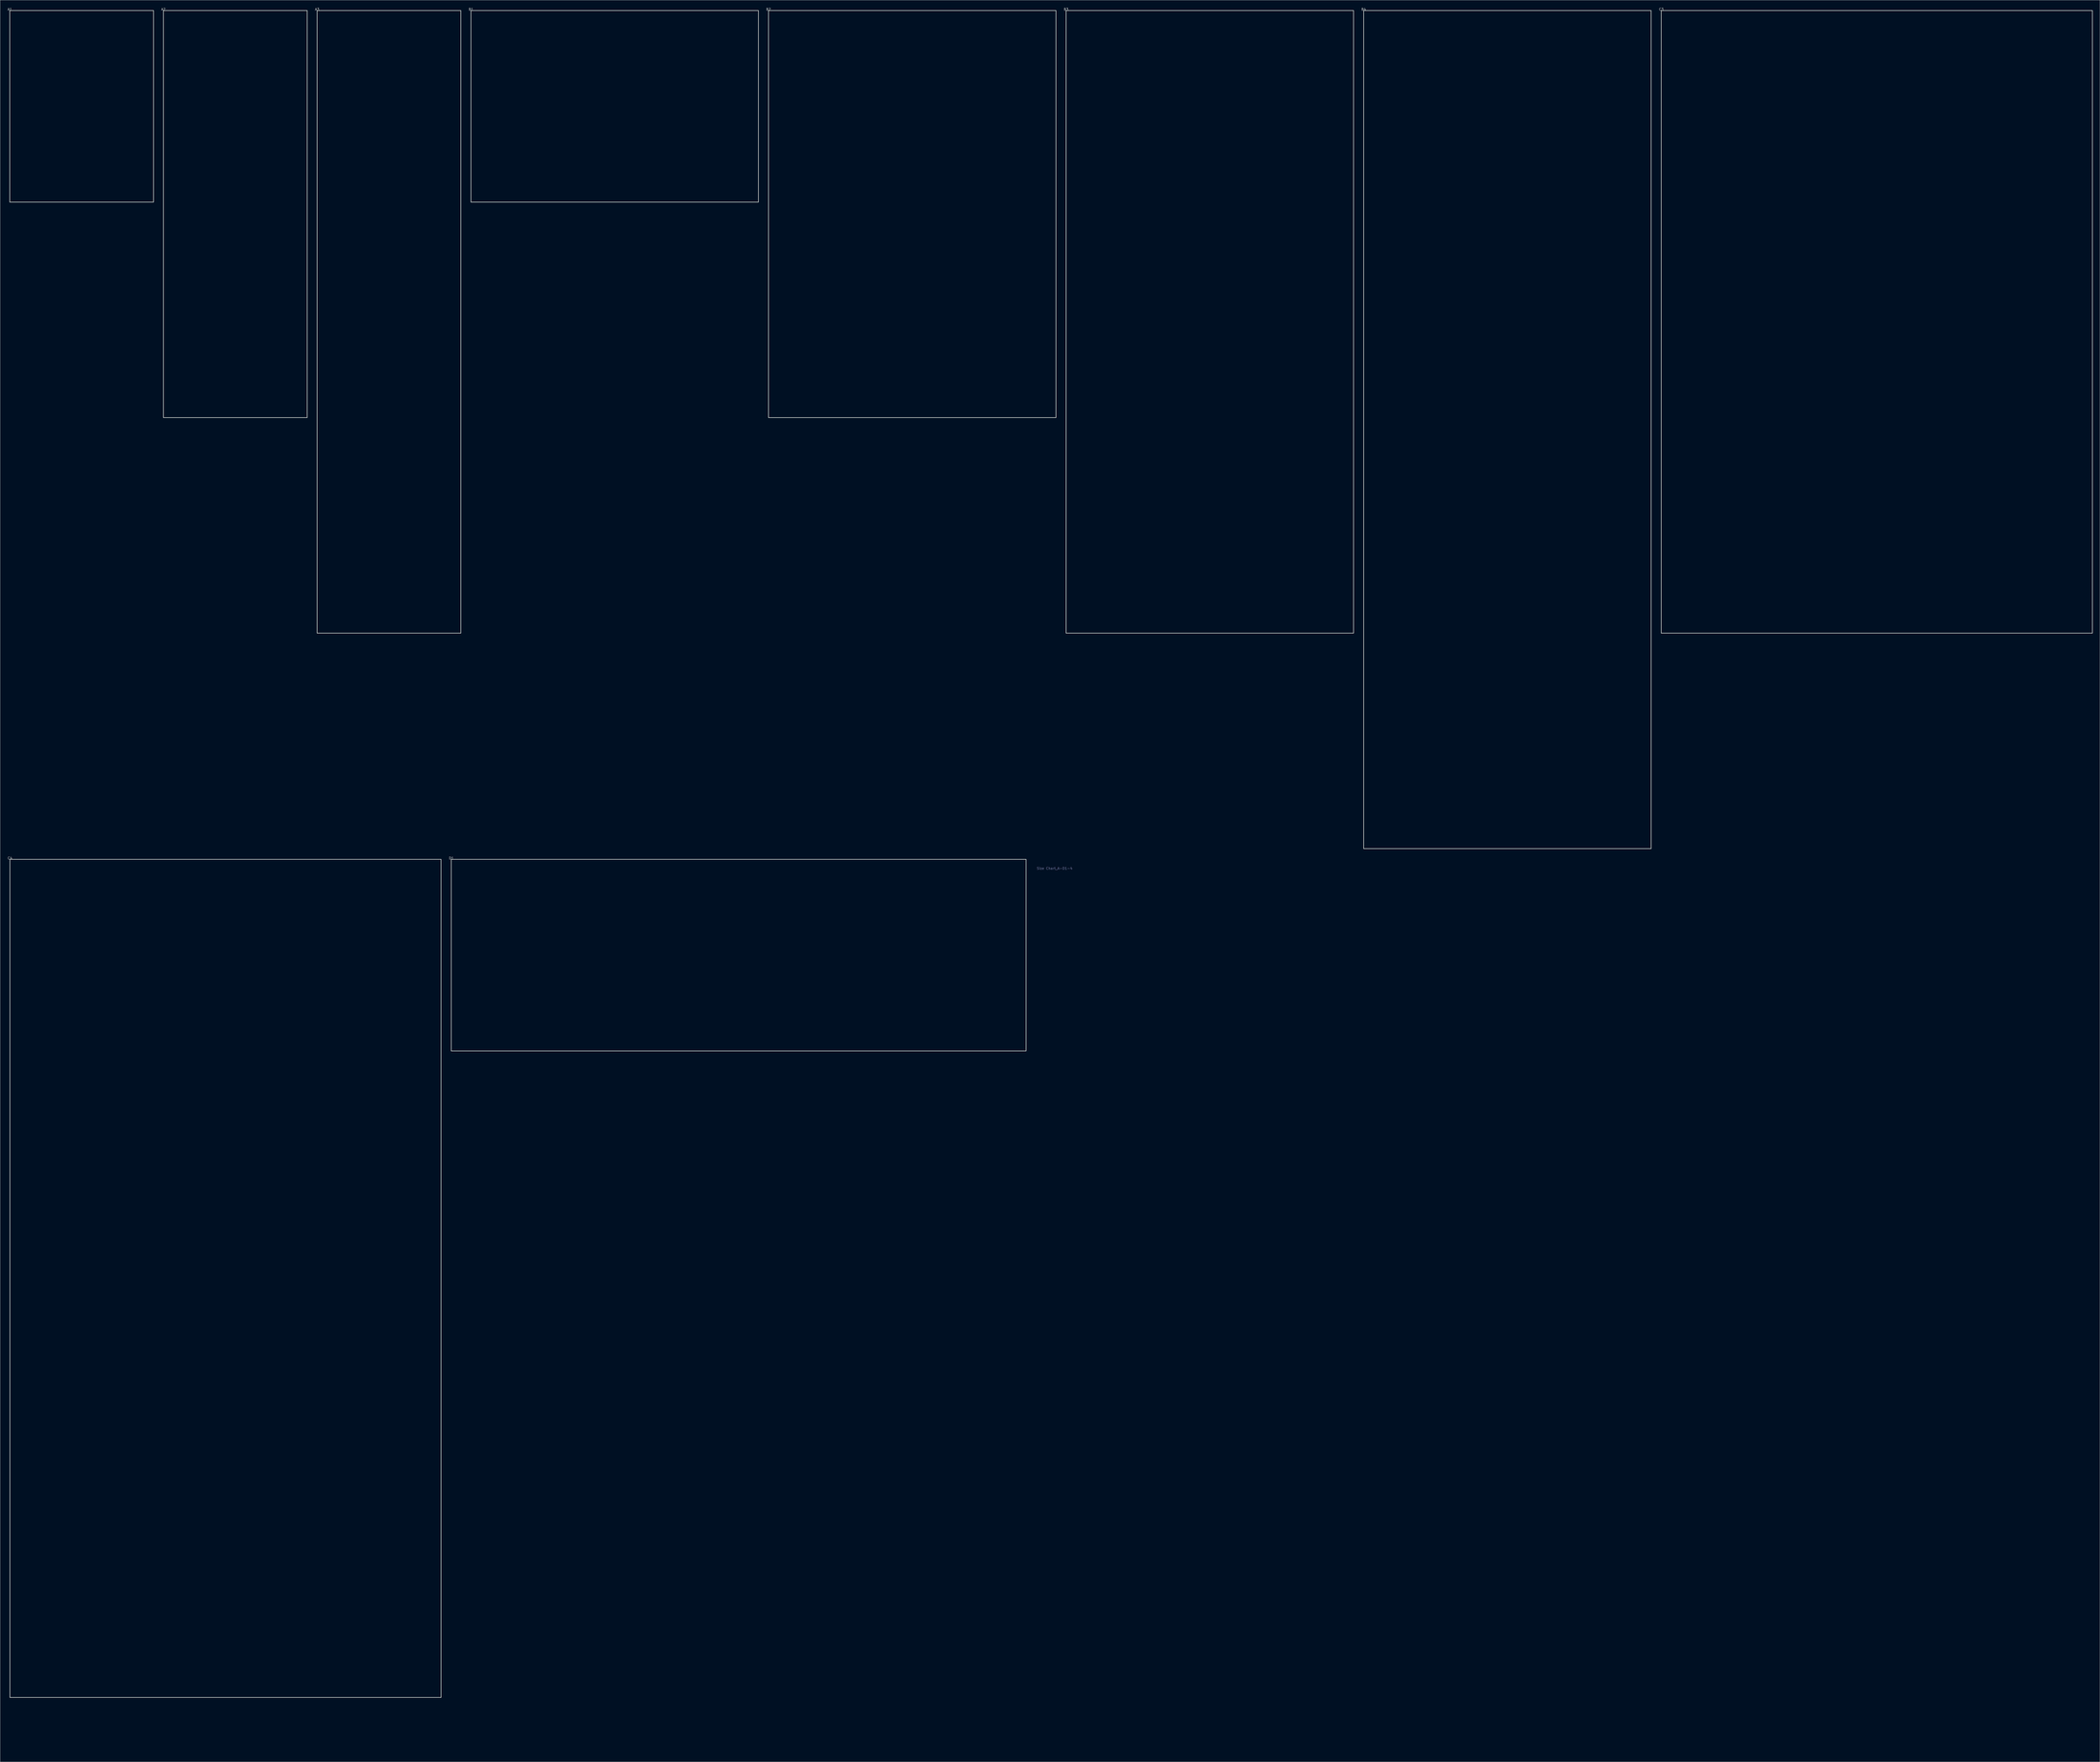
<source format=kicad_pcb>
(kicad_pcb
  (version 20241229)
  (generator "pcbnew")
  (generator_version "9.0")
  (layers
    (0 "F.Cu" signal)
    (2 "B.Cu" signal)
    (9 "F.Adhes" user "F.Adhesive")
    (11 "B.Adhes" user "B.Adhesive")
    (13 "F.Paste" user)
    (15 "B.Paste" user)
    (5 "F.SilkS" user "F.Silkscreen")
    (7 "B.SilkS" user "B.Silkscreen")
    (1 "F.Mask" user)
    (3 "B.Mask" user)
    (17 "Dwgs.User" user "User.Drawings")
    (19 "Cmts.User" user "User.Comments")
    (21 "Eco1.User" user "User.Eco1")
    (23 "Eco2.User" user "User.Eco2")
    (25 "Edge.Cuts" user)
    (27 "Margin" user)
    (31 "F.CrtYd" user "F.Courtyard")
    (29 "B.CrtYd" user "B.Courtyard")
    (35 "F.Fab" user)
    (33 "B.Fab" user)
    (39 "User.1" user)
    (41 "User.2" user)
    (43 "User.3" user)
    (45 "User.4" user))
  (footprint "B1"
    (layer "F.Cu")
    (at 193.571 1.348)
    (property "Reference" "B1" (at 0 -0.5 0) (unlocked yes) (layer "F.Fab") (effects (font (size 1 1) (thickness 0.15))))
    (attr exclude_from_pos_files exclude_from_bom)
    (fp_line (start 0 0) (end 120 0) (stroke (width 0.254) (type solid)) (layer "Edge.Cuts"))
    (fp_line (start 0 80) (end 0 0) (stroke (width 0.254) (type solid)) (layer "Edge.Cuts"))
    (fp_line (start 120 0) (end 120 80) (stroke (width 0.254) (type solid)) (layer "Edge.Cuts"))
    (fp_line (start 120 80) (end 0 80) (stroke (width 0.254) (type solid)) (layer "Edge.Cuts"))
    (fp_text user "${REFERENCE}" (at 0 -0.5 0) (unlocked yes) (layer "F.Fab") (effects (font (size 1 1) (thickness 0.15)))))
  (footprint "D1"
    (layer "F.Cu")
    (at 185.329 355.824)
    (property "Reference" "D1" (at 0 -0.5 0) (unlocked yes) (layer "F.Fab") (effects (font (size 1 1) (thickness 0.15))))
    (attr exclude_from_pos_files exclude_from_bom)
    (fp_line (start 0 0) (end 240 0) (stroke (width 0.254) (type solid)) (layer "Edge.Cuts"))
    (fp_line (start 0 80) (end 0 0) (stroke (width 0.254) (type solid)) (layer "Edge.Cuts"))
    (fp_line (start 0 80) (end 240 80) (stroke (width 0.254) (type solid)) (layer "Edge.Cuts"))
    (fp_line (start 240 0) (end 240 80) (stroke (width 0.254) (type solid)) (layer "Edge.Cuts"))
    (fp_text user "${REFERENCE}" (at 0 -0.5 0) (unlocked yes) (layer "F.Fab") (effects (font (size 1 1) (thickness 0.15)))))
  (footprint "C4"
    (layer "F.Cu")
    (at 1.101 355.824)
    (property "Reference" "C4" (at 0 -0.5 0) (unlocked yes) (layer "F.Fab") (effects (font (size 1 1) (thickness 0.15))))
    (attr exclude_from_pos_files exclude_from_bom)
    (fp_line (start 0 0) (end 180 0) (stroke (width 0.254) (type solid)) (layer "Edge.Cuts"))
    (fp_line (start 0 350) (end 0 0) (stroke (width 0.254) (type solid)) (layer "Edge.Cuts"))
    (fp_line (start 0 350) (end 180 350) (stroke (width 0.254) (type solid)) (layer "Edge.Cuts"))
    (fp_line (start 180 0) (end 180 350) (stroke (width 0.254) (type solid)) (layer "Edge.Cuts"))
    (fp_text user "${REFERENCE}" (at 0 -0.5 0) (unlocked yes) (layer "F.Fab") (effects (font (size 1 1) (thickness 0.15)))))
  (footprint "B3"
    (layer "F.Cu")
    (at 442.028 1.348)
    (property "Reference" "B3" (at 0 -0.5 0) (unlocked yes) (layer "F.Fab") (effects (font (size 1 1) (thickness 0.15))))
    (attr exclude_from_pos_files exclude_from_bom)
    (fp_line (start 0 0) (end 120 0) (stroke (width 0.254) (type solid)) (layer "Edge.Cuts"))
    (fp_line (start 0 260) (end 0 0) (stroke (width 0.254) (type solid)) (layer "Edge.Cuts"))
    (fp_line (start 0 260) (end 120 260) (stroke (width 0.254) (type solid)) (layer "Edge.Cuts"))
    (fp_line (start 120 0) (end 120 260) (stroke (width 0.254) (type solid)) (layer "Edge.Cuts"))
    (fp_text user "${REFERENCE}" (at 0 -0.5 0) (unlocked yes) (layer "F.Fab") (effects (font (size 1 1) (thickness 0.15)))))
  (footprint "B2"
    (layer "F.Cu")
    (at 317.8 1.348)
    (property "Reference" "B2" (at 0 -0.5 0) (unlocked yes) (layer "F.Fab") (effects (font (size 1 1) (thickness 0.15))))
    (attr exclude_from_pos_files exclude_from_bom)
    (fp_line (start 0 0) (end 120 0) (stroke (width 0.254) (type solid)) (layer "Edge.Cuts"))
    (fp_line (start 0 170) (end 0 0) (stroke (width 0.254) (type solid)) (layer "Edge.Cuts"))
    (fp_line (start 0 170) (end 120 170) (stroke (width 0.254) (type solid)) (layer "Edge.Cuts"))
    (fp_line (start 120 0) (end 120 170) (stroke (width 0.254) (type solid)) (layer "Edge.Cuts"))
    (fp_text user "${REFERENCE}" (at 0 -0.5 0) (unlocked yes) (layer "F.Fab") (effects (font (size 1 1) (thickness 0.15)))))
  (footprint "Size Chart_A-D1-4"
    (layer "F.Cu")
    (at 437.212 364.594)
    (property "Reference" "Size Chart_A-D1-4" (at 0 -5 0) (unlocked yes) (layer "B.Fab") (effects (font (size 1 1) (thickness 0.15))))
    (attr smd exclude_from_pos_files exclude_from_bom)
    (fp_line (start 0 0) (end 0 350) (stroke (width 0.12) (type solid)) (layer "Eco1.User"))
    (fp_line (start 0 0) (end 240 0) (stroke (width 0.12) (type solid)) (layer "Eco1.User"))
    (fp_line (start 0 80) (end 240 80) (stroke (width 0.12) (type solid)) (layer "Eco1.User"))
    (fp_line (start 0 170) (end 240 170) (stroke (width 0.12) (type solid)) (layer "Eco1.User"))
    (fp_line (start 0 260) (end 240 260) (stroke (width 0.12) (type solid)) (layer "Eco1.User"))
    (fp_line (start 0 350) (end 240 350) (stroke (width 0.12) (type solid)) (layer "Eco1.User"))
    (fp_line (start 60 0) (end 60 350) (stroke (width 0.12) (type solid)) (layer "Eco1.User"))
    (fp_line (start 120 0) (end 120 350) (stroke (width 0.12) (type solid)) (layer "Eco1.User"))
    (fp_line (start 180 0) (end 180 350) (stroke (width 0.12) (type solid)) (layer "Eco1.User"))
    (fp_line (start 240 0) (end 240 350) (stroke (width 0.12) (type solid)) (layer "Eco1.User"))
    (fp_text user "C" (at 180 -5 0) (unlocked yes) (layer "Eco1.User") (effects (font (size 5 5) (thickness 1.25))))
    (fp_text user "3" (at -5 260 0) (unlocked yes) (layer "Eco1.User") (effects (font (size 5 5) (thickness 1.25))))
    (fp_text user "Size D4" (at 205 300 90) (unlocked yes) (layer "Eco1.User") (effects (font (size 5 5) (thickness 1.25))))
    (fp_text user "1" (at -5 80 0) (unlocked yes) (layer "Eco1.User") (effects (font (size 5 5) (thickness 1.25))))
    (fp_text user "80mm" (at 261 80 0) (unlocked yes) (layer "Eco1.User") (effects (font (size 5 5) (thickness 1.25))))
    (fp_text user "4" (at -5 350 0) (unlocked yes) (layer "Eco1.User") (effects (font (size 5 5) (thickness 1.25))))
    (fp_text user "Not Recomended" (at 215 300 90) (unlocked yes) (layer "Eco1.User") (effects (font (size 5 5) (thickness 1.25))))
    (fp_text user "D" (at 240 -5 0) (unlocked yes) (layer "Eco1.User") (effects (font (size 5 5) (thickness 1.25))))
    (fp_text user "170 mm" (at 261 170 0) (unlocked yes) (layer "Eco1.User") (effects (font (size 5 5) (thickness 1.25))))
    (fp_text user "180mm" (at 180 360 0) (unlocked yes) (layer "Eco1.User") (effects (font (size 5 5) (thickness 1.25))))
    (fp_text user "A" (at 60 -5 0) (unlocked yes) (layer "Eco1.User") (effects (font (size 5 5) (thickness 1.25))))
    (fp_text user "120mm" (at 120 360 0) (unlocked yes) (layer "Eco1.User") (effects (font (size 5 5) (thickness 1.25))))
    (fp_text user "240mm" (at 240 360 0) (unlocked yes) (layer "Eco1.User") (effects (font (size 5 5) (thickness 1.25))))
    (fp_text user "2" (at -5 170 0) (unlocked yes) (layer "Eco1.User") (effects (font (size 5 5) (thickness 1.25))))
    (fp_text user "350mm" (at 261 350 0) (unlocked yes) (layer "Eco1.User") (effects (font (size 5 5) (thickness 1.25))))
    (fp_text user "B" (at 120 -5 0) (unlocked yes) (layer "Eco1.User") (effects (font (size 5 5) (thickness 1.25))))
    (fp_text user "60mm" (at 60 360 0) (unlocked yes) (layer "Eco1.User") (effects (font (size 5 5) (thickness 1.25))))
    (fp_text user "260 mm" (at 261 260 0) (unlocked yes) (layer "Eco1.User") (effects (font (size 5 5) (thickness 1.25))))
    (fp_text user "${REFERENCE}" (at 0 -5 0) (unlocked yes) (layer "F.Fab") (effects (font (size 1 1) (thickness 0.15)))))
  (footprint "A2"
    (layer "F.Cu")
    (at 65.187 1.348)
    (property "Reference" "A2" (at 0 -0.5 0) (unlocked yes) (layer "F.Fab") (effects (font (size 1 1) (thickness 0.15))))
    (attr exclude_from_pos_files exclude_from_bom)
    (fp_line (start 0 0) (end 60 0) (stroke (width 0.254) (type solid)) (layer "Edge.Cuts"))
    (fp_line (start 0 170) (end 0 0) (stroke (width 0.254) (type solid)) (layer "Edge.Cuts"))
    (fp_line (start 60 0) (end 60 170) (stroke (width 0.254) (type solid)) (layer "Edge.Cuts"))
    (fp_line (start 60 170) (end 0 170) (stroke (width 0.254) (type solid)) (layer "Edge.Cuts"))
    (fp_text user "${REFERENCE}" (at 0 -0.5 0) (unlocked yes) (layer "F.Fab") (effects (font (size 1 1) (thickness 0.15)))))
  (footprint "C3"
    (layer "F.Cu")
    (at 690.484 1.348)
    (property "Reference" "C3" (at 0 -0.5 0) (unlocked yes) (layer "F.Fab") (effects (font (size 1 1) (thickness 0.15))))
    (attr exclude_from_pos_files exclude_from_bom)
    (fp_line (start 0 0) (end 180 0) (stroke (width 0.254) (type solid)) (layer "Edge.Cuts"))
    (fp_line (start 0 260) (end 0 0) (stroke (width 0.254) (type solid)) (layer "Edge.Cuts"))
    (fp_line (start 0 260) (end 180 260) (stroke (width 0.254) (type solid)) (layer "Edge.Cuts"))
    (fp_line (start 180 0) (end 180 260) (stroke (width 0.254) (type solid)) (layer "Edge.Cuts"))
    (fp_text user "${REFERENCE}" (at 0 -0.5 0) (unlocked yes) (layer "F.Fab") (effects (font (size 1 1) (thickness 0.15)))))
  (footprint "A3"
    (layer "F.Cu")
    (at 129.343 1.348)
    (property "Reference" "A3" (at 0 -0.5 0) (unlocked yes) (layer "F.Fab") (effects (font (size 1 1) (thickness 0.15))))
    (attr exclude_from_pos_files exclude_from_bom)
    (fp_line (start 0 0) (end 60 0) (stroke (width 0.254) (type solid)) (layer "Edge.Cuts"))
    (fp_line (start 0 260) (end 0 0) (stroke (width 0.254) (type solid)) (layer "Edge.Cuts"))
    (fp_line (start 60 0) (end 60 260) (stroke (width 0.254) (type solid)) (layer "Edge.Cuts"))
    (fp_line (start 60 260) (end 0 260) (stroke (width 0.254) (type solid)) (layer "Edge.Cuts"))
    (fp_text user "${REFERENCE}" (at 0 -0.5 0) (unlocked yes) (layer "F.Fab") (effects (font (size 1 1) (thickness 0.15)))))
  (footprint "A1"
    (layer "F.Cu")
    (at 1.03 1.348)
    (property "Reference" "A1" (at 0 -0.5 0) (unlocked yes) (layer "F.Fab") (effects (font (size 1 1) (thickness 0.15))))
    (attr exclude_from_pos_files exclude_from_bom)
    (fp_line (start 0 0) (end 60 0) (stroke (width 0.254) (type solid)) (layer "Edge.Cuts"))
    (fp_line (start 0 80) (end 0 0) (stroke (width 0.254) (type solid)) (layer "Edge.Cuts"))
    (fp_line (start 60 0) (end 60 80) (stroke (width 0.254) (type solid)) (layer "Edge.Cuts"))
    (fp_line (start 60 80) (end 0 80) (stroke (width 0.254) (type solid)) (layer "Edge.Cuts"))
    (fp_text user "${REFERENCE}" (at 0 -0.5 0) (unlocked yes) (layer "F.Fab") (effects (font (size 1 1) (thickness 0.15)))))
  (footprint "B4"
    (layer "F.Cu")
    (at 566.256 1.348)
    (property "Reference" "B4" (at 0 -0.5 0) (unlocked yes) (layer "F.Fab") (effects (font (size 1 1) (thickness 0.15))))
    (attr exclude_from_pos_files exclude_from_bom)
    (fp_line (start 0 0) (end 120 0) (stroke (width 0.254) (type solid)) (layer "Edge.Cuts"))
    (fp_line (start 0 350) (end 0 0) (stroke (width 0.254) (type solid)) (layer "Edge.Cuts"))
    (fp_line (start 120 0) (end 120 350) (stroke (width 0.254) (type solid)) (layer "Edge.Cuts"))
    (fp_line (start 120 350) (end 0 350) (stroke (width 0.254) (type solid)) (layer "Edge.Cuts"))
    (fp_text user "${REFERENCE}" (at 0 -0.5 0) (unlocked yes) (layer "F.Fab") (effects (font (size 1 1) (thickness 0.15)))))
  (gr_rect
    (start -3 -3)
    (end 873.611 732.713)
    (stroke (width 0.1) (type default))
    (fill no)
    (layer "Edge.Cuts")))
</source>
